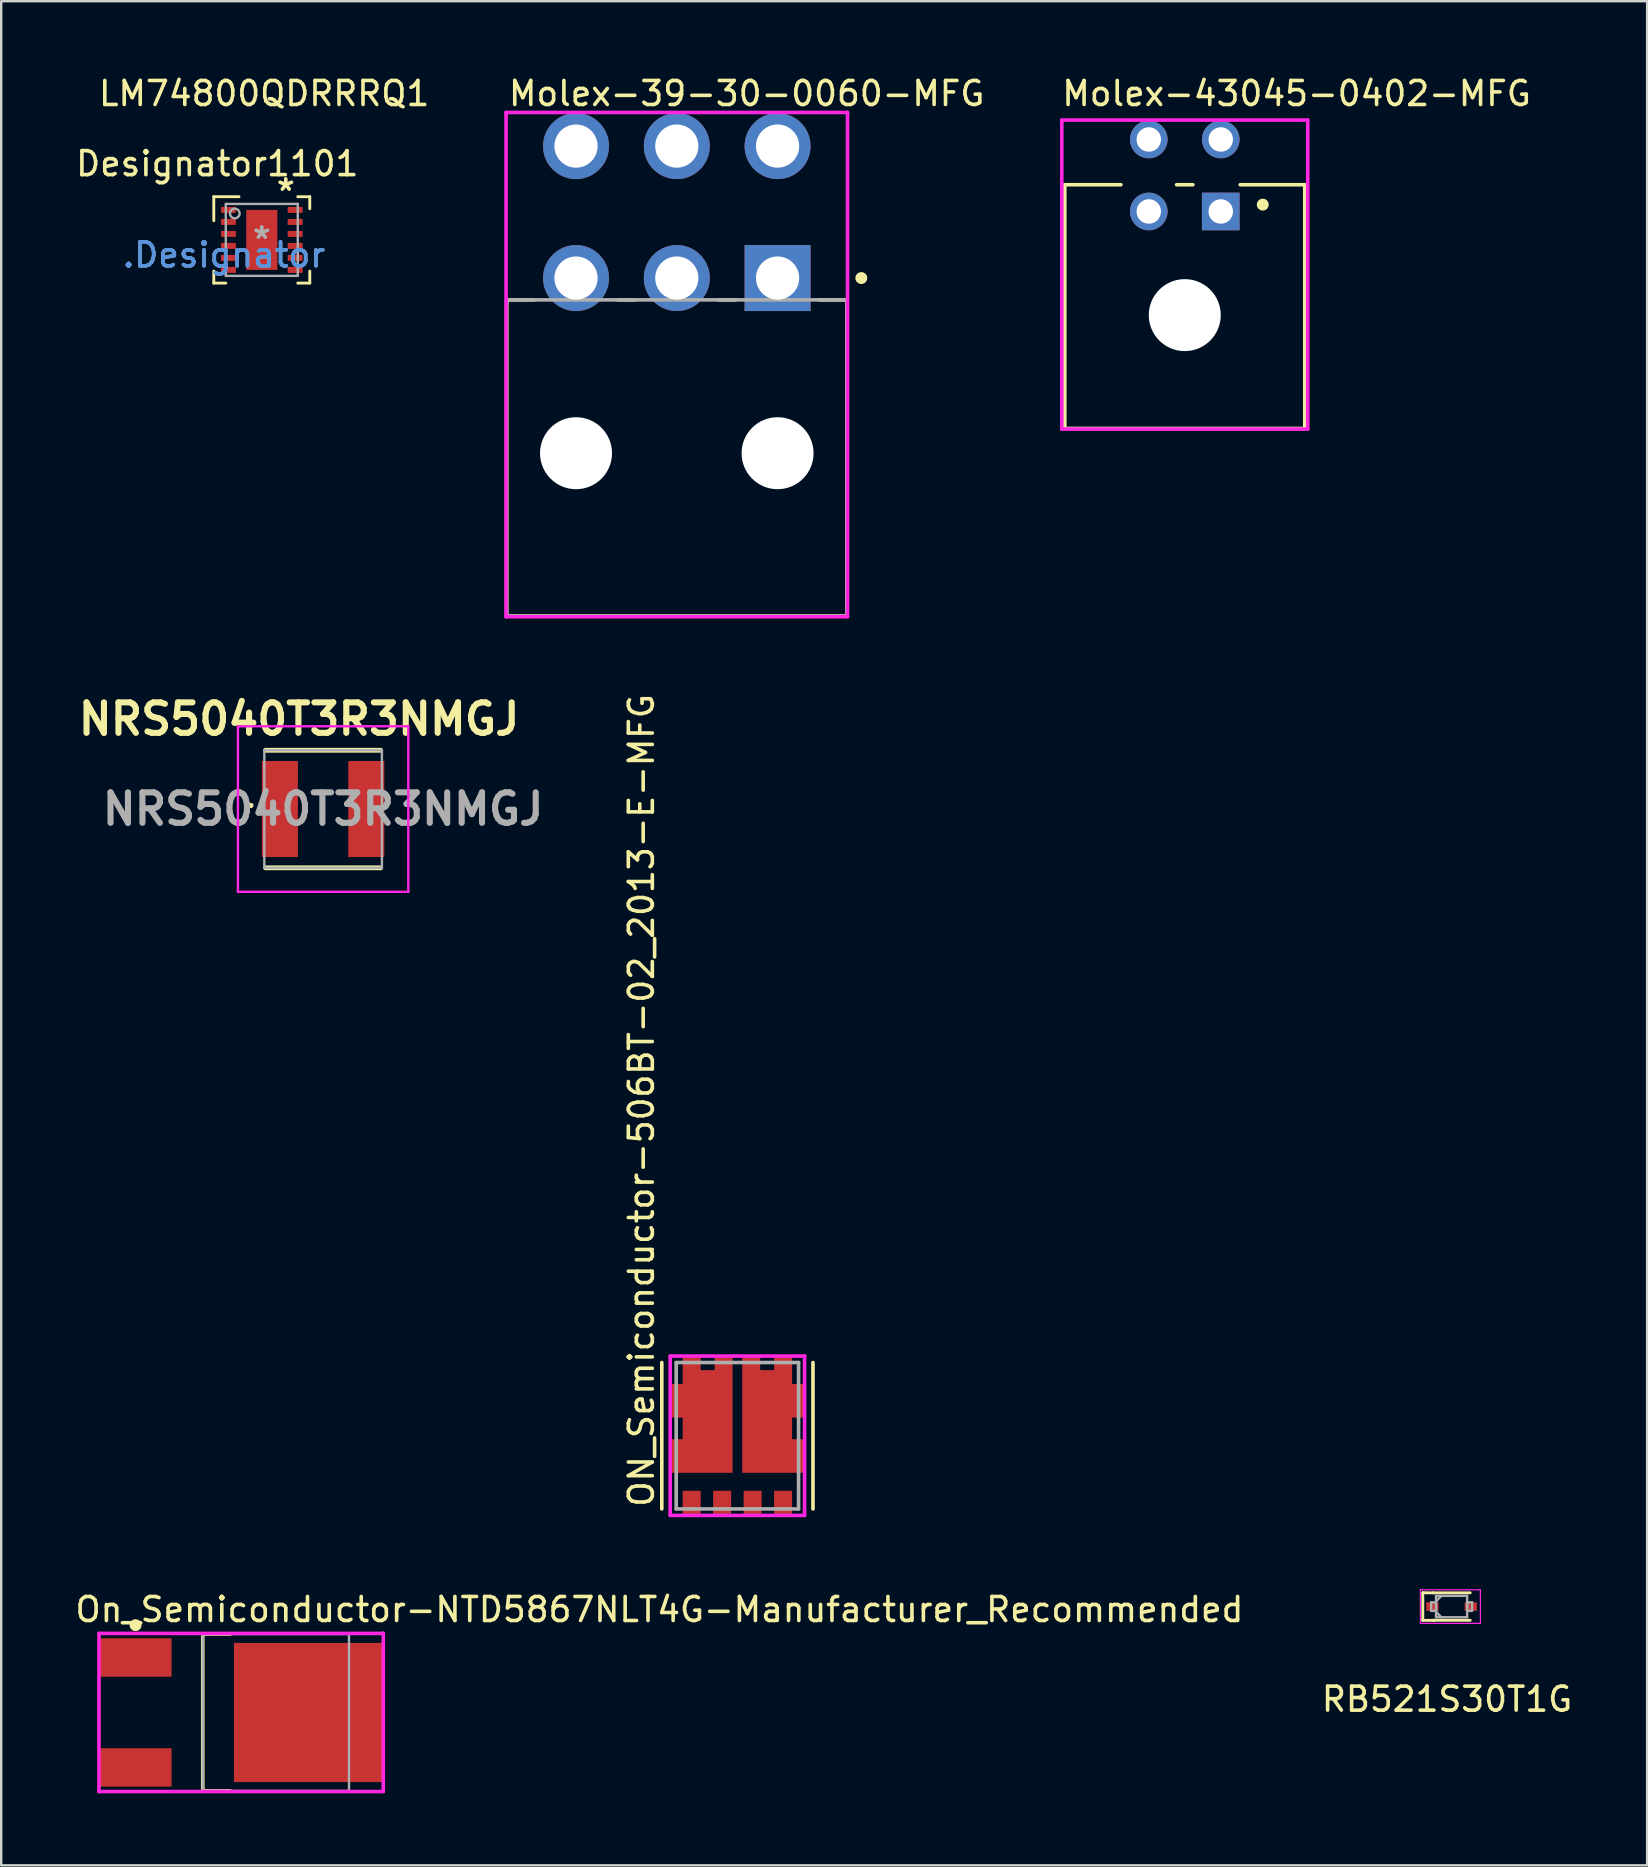
<source format=kicad_pcb>
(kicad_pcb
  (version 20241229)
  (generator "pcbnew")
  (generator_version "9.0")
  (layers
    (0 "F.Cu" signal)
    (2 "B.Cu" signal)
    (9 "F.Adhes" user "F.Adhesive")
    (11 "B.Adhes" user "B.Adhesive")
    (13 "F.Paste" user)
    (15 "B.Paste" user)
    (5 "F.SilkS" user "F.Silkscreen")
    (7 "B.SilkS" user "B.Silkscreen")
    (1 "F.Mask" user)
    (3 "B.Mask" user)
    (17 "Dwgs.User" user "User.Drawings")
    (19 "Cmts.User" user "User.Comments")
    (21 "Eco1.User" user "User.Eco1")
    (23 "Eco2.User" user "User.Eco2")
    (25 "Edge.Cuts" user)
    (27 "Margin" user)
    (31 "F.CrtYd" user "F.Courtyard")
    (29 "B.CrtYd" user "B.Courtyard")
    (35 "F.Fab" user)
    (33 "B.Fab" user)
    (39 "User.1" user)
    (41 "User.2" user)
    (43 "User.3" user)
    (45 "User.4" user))
  (footprint "ON_Semiconductor-506BT-02_2013-E-MFG"
    (layer "F.Cu")
    (at 27.681 56.785)
    (property "Reference" "ON_Semiconductor-506BT-02_2013-E-MFG" (at -4 3.05 270) (layer "F.SilkS") (effects (font (size 1 1) (thickness 0.15)) (justify left)))
    (attr smd)
    (fp_line (start -3.15 -3.05) (end -3.15 3.05) (stroke (width 0.15) (type solid)) (layer "F.SilkS"))
    (fp_line (start 3.15 -3.05) (end 3.15 3.05) (stroke (width 0.15) (type solid)) (layer "F.SilkS"))
    (fp_line (start -2.8 -3.32) (end -2.8 3.32) (stroke (width 0.15) (type solid)) (layer "F.CrtYd"))
    (fp_line (start -2.8 3.32) (end 2.8 3.32) (stroke (width 0.15) (type solid)) (layer "F.CrtYd"))
    (fp_line (start 2.8 -3.32) (end -2.8 -3.32) (stroke (width 0.15) (type solid)) (layer "F.CrtYd"))
    (fp_line (start 2.8 -3.32) (end 2.8 -3.32) (stroke (width 0.15) (type solid)) (layer "F.CrtYd"))
    (fp_line (start 2.8 3.32) (end 2.8 -3.32) (stroke (width 0.15) (type solid)) (layer "F.CrtYd"))
    (fp_line (start -2.55 -3.05) (end 2.55 -3.05) (stroke (width 0.15) (type solid)) (layer "F.Fab"))
    (fp_line (start -2.55 3.05) (end -2.55 -3.05) (stroke (width 0.15) (type solid)) (layer "F.Fab"))
    (fp_line (start 2.55 -3.05) (end 2.55 3.05) (stroke (width 0.15) (type solid)) (layer "F.Fab"))
    (fp_line (start 2.55 3.05) (end -2.55 3.05) (stroke (width 0.15) (type solid)) (layer "F.Fab"))
    (pad "1" smd rect (at -1.905 2.795) (size 0.75 1) (layers "F.Cu" "F.Mask" "F.Paste"))
    (pad "2" smd rect (at -0.635 2.795) (size 0.75 1) (layers "F.Cu" "F.Mask" "F.Paste"))
    (pad "3" smd rect (at 0.635 2.795) (size 0.75 1) (layers "F.Cu" "F.Mask" "F.Paste"))
    (pad "4" smd rect (at 1.905 2.795) (size 0.75 1) (layers "F.Cu" "F.Mask" "F.Paste"))
    (pad "5-6" smd custom (at 1.488 -0.595) (size 0.5 0.5) (layers "F.Cu" "F.Mask" "F.Paste") (options (anchor circle)) (primitives (gr_poly (pts (xy 0.792 -2.7) (xy 0.042 -2.7) (xy 0.042 -2.14) (xy -0.537 -2.14) (xy -0.537 -2.7) (xy -1.288 -2.7) (xy -1.288 2.14) (xy 1.288 2.14) (xy 1.288 0.74) (xy 0.792 0.74) (xy 0.792 -0.16) (xy 1.288 -0.16) (xy 1.288 -1.56) (xy 0.792 -1.56) (xy 0.792 -2.7)) (width 0) (fill yes))))
    (pad "7-8" smd custom (at -1.24 -0.875) (size 1 1) (layers "F.Cu" "F.Mask" "F.Paste") (options (anchor circle)) (primitives (gr_poly (pts (xy -1.04 -2.42) (xy -1.04 -1.28) (xy -1.535 -1.28) (xy -1.535 0.12) (xy -1.04 0.12) (xy -1.04 1.02) (xy -1.535 1.02) (xy -1.535 2.42) (xy 1.04 2.42) (xy 1.04 -2.42) (xy 0.29 -2.42) (xy 0.29 -1.86) (xy -0.29 -1.86) (xy -0.29 -2.42) (xy -1.04 -2.42)) (width 0) (fill yes)))))
  (footprint "LM74800QDRRRQ1"
    (layer "F.Cu")
    (at 7.86 6.948)
    (property "Reference" "LM74800QDRRRQ1" (at 0.1 -6.1 0) (layer "F.SilkS") (effects (font (size 1 1) (thickness 0.15))))
    (attr through_hole)
    (fp_line (start -2 -1.8) (end -0.95 -1.8) (stroke (width 0.12) (type solid)) (layer "F.SilkS"))
    (fp_line (start -2 -0.8) (end -2 -1.8) (stroke (width 0.12) (type solid)) (layer "F.SilkS"))
    (fp_line (start -2 1.8) (end -2 1.3) (stroke (width 0.12) (type solid)) (layer "F.SilkS"))
    (fp_line (start -2 1.8) (end -1.5 1.8) (stroke (width 0.12) (type solid)) (layer "F.SilkS"))
    (fp_line (start 1.5 -1.8) (end 2 -1.8) (stroke (width 0.12) (type solid)) (layer "F.SilkS"))
    (fp_line (start 1.5 1.8) (end 2 1.8) (stroke (width 0.12) (type solid)) (layer "F.SilkS"))
    (fp_line (start 2 -1.3) (end 2 -1.8) (stroke (width 0.12) (type solid)) (layer "F.SilkS"))
    (fp_line (start 2 1.8) (end 2 1.3) (stroke (width 0.12) (type solid)) (layer "F.SilkS"))
    (fp_poly (pts (xy -0.605 -0.15) (xy -0.605 -1.15) (xy -0.555 -1.2) (xy 0.555 -1.2) (xy 0.605 -1.15) (xy 0.605 -0.15) (xy 0.555 -0.1) (xy -0.555 -0.1)) (stroke (width 0.1) (type solid)) (fill yes) (layer "F.Paste"))
    (fp_poly (pts (xy 0.605 0.15) (xy 0.605 1.15) (xy 0.555 1.2) (xy -0.555 1.2) (xy -0.605 1.15) (xy -0.605 0.15) (xy -0.555 0.1) (xy 0.555 0.1)) (stroke (width 0.1) (type solid)) (fill yes) (layer "F.Paste"))
    (fp_line (start -1.5 -1.5) (end 1.5 -1.5) (stroke (width 0.1) (type solid)) (layer "F.Fab"))
    (fp_line (start -1.5 1.5) (end -1.5 -1.5) (stroke (width 0.1) (type solid)) (layer "F.Fab"))
    (fp_line (start -1.5 1.5) (end 1.5 1.5) (stroke (width 0.1) (type solid)) (layer "F.Fab"))
    (fp_line (start 1.5 1.5) (end 1.5 -1.5) (stroke (width 0.1) (type solid)) (layer "F.Fab"))
    (fp_circle (center -1.125 -1.1) (end -0.925 -1.1) (stroke (width 0.1) (type solid)) (fill no) (layer "F.Fab"))
    (fp_text user "*" (at 1 -2 0) (layer "F.SilkS") (effects (font (size 1 1) (thickness 0.15))))
    (fp_text user "Designator1101" (at -1.854 -3.175 0) (layer "F.SilkS") (effects (font (size 1 1) (thickness 0.15))))
    (fp_text user ".Designator" (at -1.575 0.625 0) (layer "Cmts.User") (effects (font (size 1 1) (thickness 0.15))))
    (fp_text user "Copyright 2021 Accelerated Designs. All rights reserved." (at 0 0 0) (layer "Cmts.User") (effects (font (size 0.127 0.127) (thickness 0.002))))
    (fp_text user ".Designator" (at -1.575 0.625 0) (layer "F.Fab") (effects (font (size 1 1) (thickness 0.15))))
    (fp_text user "*" (at 0 0 0) (layer "F.Fab") (effects (font (size 1 1) (thickness 0.15))))
    (pad "1" smd rect (at -1.39 -1.25) (size 0.62 0.25) (layers "F.Cu" "F.Mask" "F.Paste"))
    (pad "2" smd rect (at -1.39 -0.75) (size 0.62 0.25) (layers "F.Cu" "F.Mask" "F.Paste"))
    (pad "3" smd rect (at -1.39 -0.25) (size 0.62 0.25) (layers "F.Cu" "F.Mask" "F.Paste"))
    (pad "4" smd rect (at -1.39 0.25) (size 0.62 0.25) (layers "F.Cu" "F.Mask" "F.Paste"))
    (pad "5" smd rect (at -1.39 0.75) (size 0.62 0.25) (layers "F.Cu" "F.Mask" "F.Paste"))
    (pad "6" smd rect (at -1.39 1.25) (size 0.62 0.25) (layers "F.Cu" "F.Mask" "F.Paste"))
    (pad "7" smd rect (at 1.39 1.25) (size 0.62 0.25) (layers "F.Cu" "F.Mask" "F.Paste"))
    (pad "8" smd rect (at 1.39 0.75) (size 0.62 0.25) (layers "F.Cu" "F.Mask" "F.Paste"))
    (pad "9" smd rect (at 1.39 0.25) (size 0.62 0.25) (layers "F.Cu" "F.Mask" "F.Paste"))
    (pad "10" smd rect (at 1.39 -0.25) (size 0.62 0.25) (layers "F.Cu" "F.Mask" "F.Paste"))
    (pad "11" smd rect (at 1.39 -0.75) (size 0.62 0.25) (layers "F.Cu" "F.Mask" "F.Paste"))
    (pad "12" smd rect (at 1.39 -1.25) (size 0.62 0.25) (layers "F.Cu" "F.Mask" "F.Paste"))
    (pad "13" smd rect (at 0 0) (size 1.3 2.5) (layers "F.Cu" "F.Mask")))
  (footprint "NRS5040T3R3NMGJ"
    (layer "F.Cu")
    (at 10.416 30.667)
    (property "Reference" "NRS5040T3R3NMGJ" (at -1 -3.75 0) (layer "F.SilkS") (effects (font (size 1.27 1.27) (thickness 0.254))))
    (attr smd)
    (fp_line (start -3 -0.2) (end -3 -0.2) (stroke (width 0.1) (type solid)) (layer "F.SilkS"))
    (fp_line (start -3 -0.1) (end -3 -0.1) (stroke (width 0.1) (type solid)) (layer "F.SilkS"))
    (fp_line (start -2.4 -2.45) (end 2.4 -2.45) (stroke (width 0.2) (type solid)) (layer "F.SilkS"))
    (fp_line (start -2.4 2.45) (end 2.4 2.45) (stroke (width 0.2) (type solid)) (layer "F.SilkS"))
    (fp_arc (start -3 -0.2) (mid -2.95 -0.15) (end -3 -0.1) (stroke (width 0.1) (type solid)) (layer "F.SilkS"))
    (fp_arc (start -3 -0.1) (mid -3.05 -0.15) (end -3 -0.2) (stroke (width 0.1) (type solid)) (layer "F.SilkS"))
    (fp_line (start -3.55 -3.45) (end 3.55 -3.45) (stroke (width 0.1) (type solid)) (layer "F.CrtYd"))
    (fp_line (start -3.55 3.45) (end -3.55 -3.45) (stroke (width 0.1) (type solid)) (layer "F.CrtYd"))
    (fp_line (start 3.55 -3.45) (end 3.55 3.45) (stroke (width 0.1) (type solid)) (layer "F.CrtYd"))
    (fp_line (start 3.55 3.45) (end -3.55 3.45) (stroke (width 0.1) (type solid)) (layer "F.CrtYd"))
    (fp_line (start -2.45 -2.45) (end 2.45 -2.45) (stroke (width 0.1) (type solid)) (layer "F.Fab"))
    (fp_line (start -2.45 2.45) (end -2.45 -2.45) (stroke (width 0.1) (type solid)) (layer "F.Fab"))
    (fp_line (start 2.45 -2.45) (end 2.45 2.45) (stroke (width 0.1) (type solid)) (layer "F.Fab"))
    (fp_line (start 2.45 2.45) (end -2.45 2.45) (stroke (width 0.1) (type solid)) (layer "F.Fab"))
    (fp_text user "${REFERENCE}" (at 0 0 0) (layer "F.Fab") (effects (font (size 1.27 1.27) (thickness 0.254))))
    (pad "1" smd rect (at -1.8 0) (size 1.5 4) (layers "F.Cu" "F.Mask" "F.Paste"))
    (pad "2" smd rect (at 1.8 0) (size 1.5 4) (layers "F.Cu" "F.Mask" "F.Paste")))
  (footprint "Molex-39-30-0060-MFG"
    (layer "F.Cu")
    (at 25.156 16.038)
    (property "Reference" "Molex-39-30-0060-MFG" (at -7.09 -15.19 0) (layer "F.SilkS") (effects (font (size 1 1) (thickness 0.15)) (justify left)))
    (attr through_hole)
    (fp_line (start -7.09 -6.59) (end -5.95 -6.59) (stroke (width 0.15) (type solid)) (layer "F.SilkS"))
    (fp_line (start -7.09 6.59) (end -7.09 -6.59) (stroke (width 0.15) (type solid)) (layer "F.SilkS"))
    (fp_line (start -7.09 6.59) (end 7.09 6.59) (stroke (width 0.15) (type solid)) (layer "F.SilkS"))
    (fp_line (start -2.45 -6.59) (end -1.75 -6.59) (stroke (width 0.15) (type solid)) (layer "F.SilkS"))
    (fp_line (start 1.75 -6.59) (end 2.45 -6.59) (stroke (width 0.15) (type solid)) (layer "F.SilkS"))
    (fp_line (start 5.95 -6.59) (end 7.09 -6.59) (stroke (width 0.15) (type solid)) (layer "F.SilkS"))
    (fp_line (start 7.09 6.59) (end 7.09 -6.59) (stroke (width 0.15) (type solid)) (layer "F.SilkS"))
    (fp_circle (center 7.69 -7.5) (end 7.815 -7.5) (stroke (width 0.25) (type solid)) (fill no) (layer "F.SilkS"))
    (fp_line (start -7.115 -14.4) (end -7.115 6.615) (stroke (width 0.15) (type solid)) (layer "F.CrtYd"))
    (fp_line (start -7.115 6.615) (end 7.115 6.615) (stroke (width 0.15) (type solid)) (layer "F.CrtYd"))
    (fp_line (start 7.115 -14.4) (end -7.115 -14.4) (stroke (width 0.15) (type solid)) (layer "F.CrtYd"))
    (fp_line (start 7.115 -14.4) (end 7.115 -14.4) (stroke (width 0.15) (type solid)) (layer "F.CrtYd"))
    (fp_line (start 7.115 6.615) (end 7.115 -14.4) (stroke (width 0.15) (type solid)) (layer "F.CrtYd"))
    (fp_line (start -7.09 -6.59) (end 7.09 -6.59) (stroke (width 0.15) (type solid)) (layer "F.Fab"))
    (fp_line (start -7.09 6.59) (end -7.09 -6.59) (stroke (width 0.15) (type solid)) (layer "F.Fab"))
    (fp_line (start 7.09 -6.59) (end 7.09 6.59) (stroke (width 0.15) (type solid)) (layer "F.Fab"))
    (fp_line (start 7.09 6.59) (end -7.09 6.59) (stroke (width 0.15) (type solid)) (layer "F.Fab"))
    (pad "" np_thru_hole circle (at -4.2 -0.2) (size 3 3) (drill 3) (layers "*.Cu" "*.Mask"))
    (pad "" np_thru_hole circle (at 4.2 -0.2) (size 3 3) (drill 3) (layers "*.Cu" "*.Mask"))
    (pad "1" thru_hole rect (at 4.2 -7.5) (size 2.75 2.75) (drill 1.8) (layers "*.Cu" "*.Mask"))
    (pad "2" thru_hole circle (at 0 -7.5) (size 2.75 2.75) (drill 1.8) (layers "*.Cu" "*.Mask"))
    (pad "3" thru_hole circle (at -4.2 -7.5) (size 2.75 2.75) (drill 1.8) (layers "*.Cu" "*.Mask"))
    (pad "4" thru_hole circle (at 4.2 -13) (size 2.75 2.75) (drill 1.8) (layers "*.Cu" "*.Mask"))
    (pad "5" thru_hole circle (at 0 -13) (size 2.75 2.75) (drill 1.8) (layers "*.Cu" "*.Mask"))
    (pad "6" thru_hole circle (at -4.2 -13) (size 2.75 2.75) (drill 1.8) (layers "*.Cu" "*.Mask")))
  (footprint "Molex-43045-0402-MFG"
    (layer "F.Cu")
    (at 46.326 9.728)
    (property "Reference" "Molex-43045-0402-MFG" (at -5.2 -8.88 0) (layer "F.SilkS") (effects (font (size 1 1) (thickness 0.15)) (justify left)))
    (attr through_hole)
    (fp_line (start -5 -5.08) (end -2.66 -5.08) (stroke (width 0.15) (type solid)) (layer "F.SilkS"))
    (fp_line (start -5 5.08) (end -5 -5.08) (stroke (width 0.15) (type solid)) (layer "F.SilkS"))
    (fp_line (start -5 5.08) (end 5 5.08) (stroke (width 0.15) (type solid)) (layer "F.SilkS"))
    (fp_line (start -0.34 -5.08) (end 0.34 -5.08) (stroke (width 0.15) (type solid)) (layer "F.SilkS"))
    (fp_line (start 2.31 -5.08) (end 5 -5.08) (stroke (width 0.15) (type solid)) (layer "F.SilkS"))
    (fp_line (start 5 5.08) (end 5 -5.08) (stroke (width 0.15) (type solid)) (layer "F.SilkS"))
    (fp_circle (center 3.25 -4.25) (end 3.375 -4.25) (stroke (width 0.25) (type solid)) (fill no) (layer "F.SilkS"))
    (fp_line (start -5.125 -7.775) (end -5.125 5.105) (stroke (width 0.15) (type solid)) (layer "F.CrtYd"))
    (fp_line (start -5.125 5.105) (end 5.125 5.105) (stroke (width 0.15) (type solid)) (layer "F.CrtYd"))
    (fp_line (start 4.85 -7.775) (end 4.85 -7.775) (stroke (width 0.15) (type solid)) (layer "F.CrtYd"))
    (fp_line (start 5.125 -7.775) (end -5.125 -7.775) (stroke (width 0.15) (type solid)) (layer "F.CrtYd"))
    (fp_line (start 5.125 5.105) (end 5.125 -7.775) (stroke (width 0.15) (type solid)) (layer "F.CrtYd"))
    (pad "" np_thru_hole circle (at 0 0.355) (size 3 3) (drill 3) (layers "*.Cu" "*.Mask"))
    (pad "1" thru_hole rect (at 1.5 -3.965) (size 1.57 1.57) (drill 1.02) (layers "*.Cu" "*.Mask"))
    (pad "2" thru_hole circle (at 1.5 -6.965) (size 1.57 1.57) (drill 1.02) (layers "*.Cu" "*.Mask"))
    (pad "3" thru_hole circle (at -1.5 -6.965) (size 1.57 1.57) (drill 1.02) (layers "*.Cu" "*.Mask"))
    (pad "4" thru_hole circle (at -1.5 -3.965) (size 1.57 1.57) (drill 1.02) (layers "*.Cu" "*.Mask")))
  (footprint "On_Semiconductor-NTD5867NLT4G-Manufacturer_Recommended"
    (layer "F.Cu")
    (at 7 68.319)
    (property "Reference" "On_Semiconductor-NTD5867NLT4G-Manufacturer_Recommended" (at -7 -4.29 0) (layer "F.SilkS") (effects (font (size 1 1) (thickness 0.15)) (justify left)))
    (attr through_hole)
    (fp_line (start -1.6 -3.27) (end -0.453 -3.27) (stroke (width 0.15) (type solid)) (layer "F.SilkS"))
    (fp_line (start -1.6 3.27) (end -1.6 -3.27) (stroke (width 0.15) (type solid)) (layer "F.SilkS"))
    (fp_line (start -1.6 3.27) (end -0.453 3.27) (stroke (width 0.15) (type solid)) (layer "F.SilkS"))
    (fp_circle (center -4.4 -3.64) (end -4.275 -3.64) (stroke (width 0.25) (type solid)) (fill no) (layer "F.SilkS"))
    (fp_line (start -5.925 -3.295) (end -5.925 3.295) (stroke (width 0.15) (type solid)) (layer "F.CrtYd"))
    (fp_line (start -5.925 3.295) (end 5.925 3.295) (stroke (width 0.15) (type solid)) (layer "F.CrtYd"))
    (fp_line (start 5.925 -3.295) (end -5.925 -3.295) (stroke (width 0.15) (type solid)) (layer "F.CrtYd"))
    (fp_line (start 5.925 -3.295) (end 5.925 -3.295) (stroke (width 0.15) (type solid)) (layer "F.CrtYd"))
    (fp_line (start 5.925 3.295) (end 5.925 -3.295) (stroke (width 0.15) (type solid)) (layer "F.CrtYd"))
    (fp_line (start -1.6 -3.27) (end 4.495 -3.27) (stroke (width 0.1) (type solid)) (layer "F.Fab"))
    (fp_line (start -1.6 3.27) (end -1.6 -3.27) (stroke (width 0.1) (type solid)) (layer "F.Fab"))
    (fp_line (start -1.6 3.27) (end 4.495 3.27) (stroke (width 0.1) (type solid)) (layer "F.Fab"))
    (fp_line (start 4.495 3.27) (end 4.495 -3.27) (stroke (width 0.1) (type solid)) (layer "F.Fab"))
    (pad "1" smd rect (at -4.4 -2.29 90) (size 1.6 3) (layers "F.Cu" "F.Mask" "F.Paste"))
    (pad "3" smd rect (at -4.4 2.29 90) (size 1.6 3) (layers "F.Cu" "F.Mask" "F.Paste"))
    (pad "4" smd rect (at 2.8 -0.000001 90) (size 5.8 6.2) (layers "F.Cu" "F.Mask" "F.Paste")))
  (footprint "RB521S30T1G"
    (layer "F.Cu")
    (at 57.446 63.905)
    (property "Reference" "RB521S30T1G" (at -0.19 3.86 0) (layer "F.SilkS") (effects (font (size 1 1) (thickness 0.15))))
    (attr through_hole)
    (fp_line (start -1.2 -0.575) (end -1.2 0.55) (stroke (width 0.12) (type solid)) (layer "F.SilkS"))
    (fp_line (start -1.2 0.55) (end -1.2 0.575) (stroke (width 0.12) (type solid)) (layer "F.SilkS"))
    (fp_line (start -1.2 0.575) (end -0.725 0.575) (stroke (width 0.12) (type solid)) (layer "F.SilkS"))
    (fp_line (start -1.175 -0.575) (end -1.2 -0.575) (stroke (width 0.12) (type solid)) (layer "F.SilkS"))
    (fp_line (start -0.775 -0.572) (end -1.175 -0.575) (stroke (width 0.12) (type solid)) (layer "F.SilkS"))
    (fp_line (start -0.775 0.572) (end 0.775 0.572) (stroke (width 0.12) (type solid)) (layer "F.SilkS"))
    (fp_line (start 0.775 -0.572) (end -0.775 -0.572) (stroke (width 0.12) (type solid)) (layer "F.SilkS"))
    (fp_line (start -1.3 -0.7) (end -1.3 0.7) (stroke (width 0.05) (type solid)) (layer "F.CrtYd"))
    (fp_line (start -1.3 0.7) (end 1.2 0.7) (stroke (width 0.05) (type solid)) (layer "F.CrtYd"))
    (fp_line (start 1.2 -0.7) (end -1.3 -0.7) (stroke (width 0.05) (type solid)) (layer "F.CrtYd"))
    (fp_line (start 1.2 0.7) (end 1.2 -0.7) (stroke (width 0.05) (type solid)) (layer "F.CrtYd"))
    (fp_line (start -0.851 -0.178) (end -0.851 0.178) (stroke (width 0.1) (type solid)) (layer "F.Fab"))
    (fp_line (start -0.851 0.178) (end -0.648 0.178) (stroke (width 0.1) (type solid)) (layer "F.Fab"))
    (fp_line (start -0.648 -0.445) (end -0.648 0.445) (stroke (width 0.1) (type solid)) (layer "F.Fab"))
    (fp_line (start -0.648 -0.222) (end -0.425 -0.445) (stroke (width 0.1) (type solid)) (layer "F.Fab"))
    (fp_line (start -0.648 -0.178) (end -0.851 -0.178) (stroke (width 0.1) (type solid)) (layer "F.Fab"))
    (fp_line (start -0.648 0.178) (end -0.648 -0.178) (stroke (width 0.1) (type solid)) (layer "F.Fab"))
    (fp_line (start -0.648 0.222) (end -0.425 0.445) (stroke (width 0.1) (type solid)) (layer "F.Fab"))
    (fp_line (start -0.648 0.445) (end 0.648 0.445) (stroke (width 0.1) (type solid)) (layer "F.Fab"))
    (fp_line (start 0.648 -0.445) (end -0.648 -0.445) (stroke (width 0.1) (type solid)) (layer "F.Fab"))
    (fp_line (start 0.648 -0.178) (end 0.648 0.178) (stroke (width 0.1) (type solid)) (layer "F.Fab"))
    (fp_line (start 0.648 0.178) (end 0.851 0.178) (stroke (width 0.1) (type solid)) (layer "F.Fab"))
    (fp_line (start 0.648 0.445) (end 0.648 -0.445) (stroke (width 0.1) (type solid)) (layer "F.Fab"))
    (fp_line (start 0.851 -0.178) (end 0.648 -0.178) (stroke (width 0.1) (type solid)) (layer "F.Fab"))
    (fp_line (start 0.851 0.178) (end 0.851 -0.178) (stroke (width 0.1) (type solid)) (layer "F.Fab"))
    (pad "1" smd rect (at -0.8 0) (size 0.508 0.356) (layers "F.Cu" "F.Mask" "F.Paste"))
    (pad "2" smd rect (at 0.8 0) (size 0.508 0.356) (layers "F.Cu" "F.Mask" "F.Paste")))
  (gr_rect
    (start -3 -3)
    (end 65.595 74.689)
    (stroke (width 0.1) (type default))
    (fill no)
    (layer "Edge.Cuts")))
</source>
